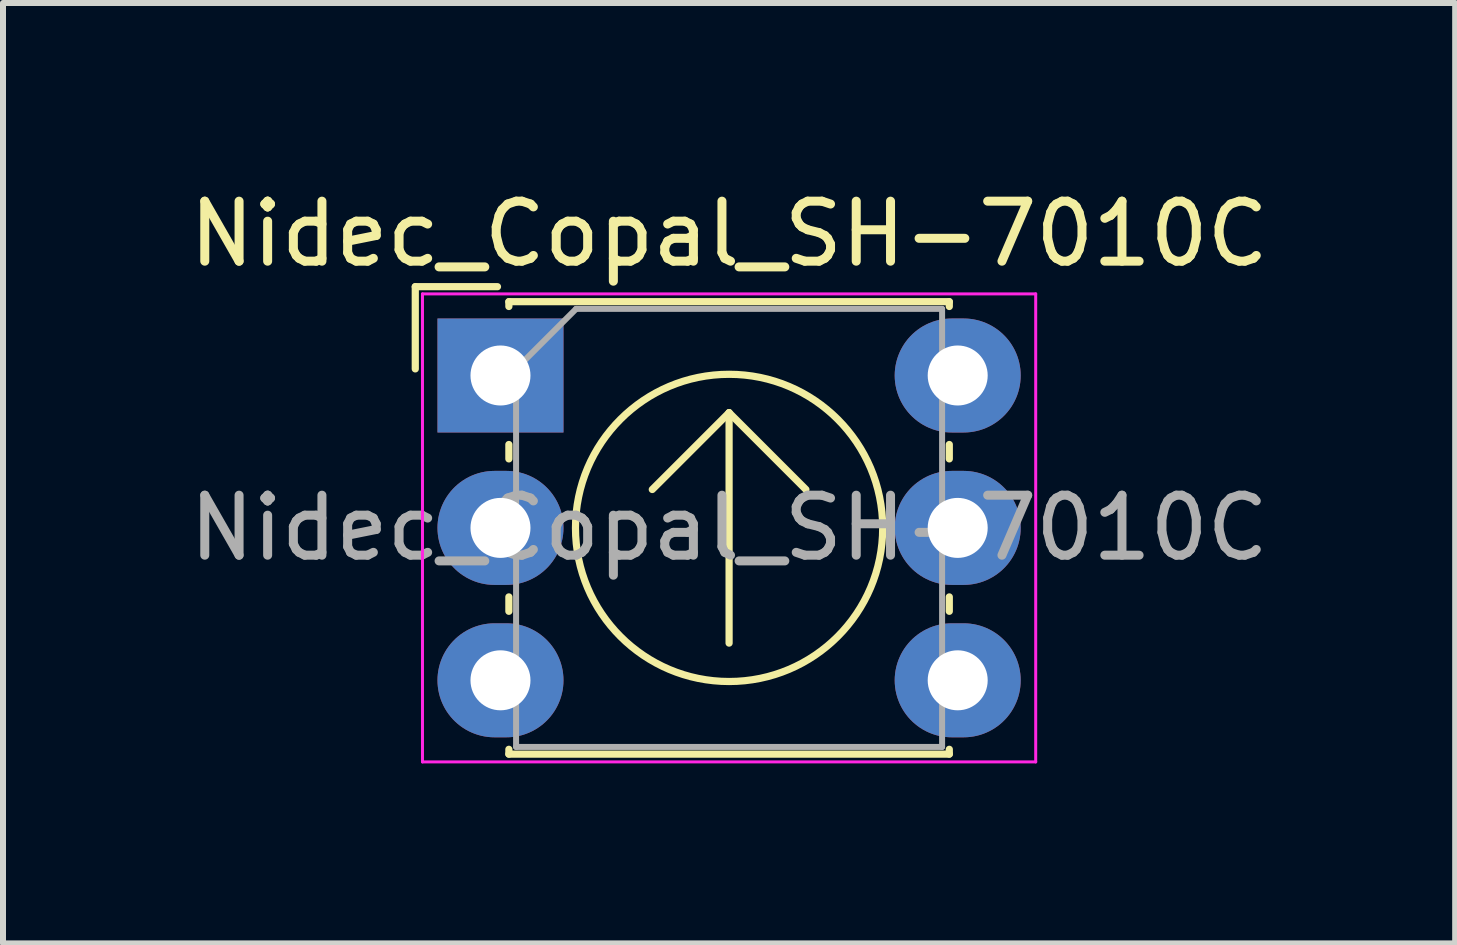
<source format=kicad_pcb>
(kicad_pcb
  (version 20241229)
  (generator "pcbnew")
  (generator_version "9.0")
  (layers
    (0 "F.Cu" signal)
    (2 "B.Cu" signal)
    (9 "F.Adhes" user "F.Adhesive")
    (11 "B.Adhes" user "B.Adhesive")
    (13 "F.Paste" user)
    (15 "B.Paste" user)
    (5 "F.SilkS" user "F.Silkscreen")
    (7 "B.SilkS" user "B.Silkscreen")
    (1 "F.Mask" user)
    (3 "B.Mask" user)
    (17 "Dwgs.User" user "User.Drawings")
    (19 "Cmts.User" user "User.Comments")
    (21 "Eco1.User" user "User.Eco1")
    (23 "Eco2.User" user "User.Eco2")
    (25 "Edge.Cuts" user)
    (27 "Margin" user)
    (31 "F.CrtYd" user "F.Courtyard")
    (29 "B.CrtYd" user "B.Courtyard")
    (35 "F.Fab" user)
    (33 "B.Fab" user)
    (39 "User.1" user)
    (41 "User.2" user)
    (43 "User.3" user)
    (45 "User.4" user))
  (footprint "Nidec_Copal_SH-7010C"
    (layer "F.Cu")
    (at 5.291 3.208)
    (property "Reference" "Nidec_Copal_SH-7010C" (at 3.81 -2.36 0) (layer "F.SilkS") (effects (font (size 1 1) (thickness 0.15))))
    (attr through_hole)
    (fp_line (start -1.42 -1.48) (end -0.05 -1.48) (stroke (width 0.12) (type solid)) (layer "F.SilkS"))
    (fp_line (start -1.42 -0.11) (end -1.42 -1.48) (stroke (width 0.12) (type solid)) (layer "F.SilkS"))
    (fp_line (start 0.14 -1.23) (end 7.48 -1.23) (stroke (width 0.12) (type solid)) (layer "F.SilkS"))
    (fp_line (start 0.14 -1.15) (end 0.14 -1.23) (stroke (width 0.12) (type solid)) (layer "F.SilkS"))
    (fp_line (start 0.14 1.15) (end 0.14 1.39) (stroke (width 0.12) (type solid)) (layer "F.SilkS"))
    (fp_line (start 0.14 3.69) (end 0.14 3.93) (stroke (width 0.12) (type solid)) (layer "F.SilkS"))
    (fp_line (start 0.14 6.23) (end 0.14 6.31) (stroke (width 0.12) (type solid)) (layer "F.SilkS"))
    (fp_line (start 0.14 6.31) (end 7.48 6.31) (stroke (width 0.12) (type solid)) (layer "F.SilkS"))
    (fp_line (start 2.53 1.9) (end 3.81 0.62) (stroke (width 0.12) (type solid)) (layer "F.SilkS"))
    (fp_line (start 3.81 0.62) (end 3.81 4.46) (stroke (width 0.12) (type solid)) (layer "F.SilkS"))
    (fp_line (start 3.81 0.62) (end 5.09 1.9) (stroke (width 0.12) (type solid)) (layer "F.SilkS"))
    (fp_line (start 7.48 -1.23) (end 7.48 -1.15) (stroke (width 0.12) (type solid)) (layer "F.SilkS"))
    (fp_line (start 7.48 1.15) (end 7.48 1.39) (stroke (width 0.12) (type solid)) (layer "F.SilkS"))
    (fp_line (start 7.48 3.69) (end 7.48 3.93) (stroke (width 0.12) (type solid)) (layer "F.SilkS"))
    (fp_line (start 7.48 6.31) (end 7.48 6.23) (stroke (width 0.12) (type solid)) (layer "F.SilkS"))
    (fp_circle (center 3.81 2.54) (end 6.37 2.54) (stroke (width 0.12) (type solid)) (fill no) (layer "F.SilkS"))
    (fp_line (start -1.3 -1.36) (end -1.3 6.44) (stroke (width 0.05) (type solid)) (layer "F.CrtYd"))
    (fp_line (start -1.3 6.44) (end 8.92 6.44) (stroke (width 0.05) (type solid)) (layer "F.CrtYd"))
    (fp_line (start 8.92 -1.36) (end -1.3 -1.36) (stroke (width 0.05) (type solid)) (layer "F.CrtYd"))
    (fp_line (start 8.92 6.44) (end 8.92 -1.36) (stroke (width 0.05) (type solid)) (layer "F.CrtYd"))
    (fp_line (start 0.26 -0.11) (end 1.26 -1.11) (stroke (width 0.1) (type solid)) (layer "F.Fab"))
    (fp_line (start 0.26 6.19) (end 0.26 -0.11) (stroke (width 0.1) (type solid)) (layer "F.Fab"))
    (fp_line (start 1.26 -1.11) (end 7.36 -1.11) (stroke (width 0.1) (type solid)) (layer "F.Fab"))
    (fp_line (start 7.36 -1.11) (end 7.36 6.19) (stroke (width 0.1) (type solid)) (layer "F.Fab"))
    (fp_line (start 7.36 6.19) (end 0.26 6.19) (stroke (width 0.1) (type solid)) (layer "F.Fab"))
    (fp_text user "${REFERENCE}" (at 3.81 2.54 0) (layer "F.Fab") (effects (font (size 1 1) (thickness 0.15))))
    (pad "1" thru_hole rect (at 0 0) (size 2.1 1.9) (drill 1) (layers "*.Cu" "*.Mask"))
    (pad "2" thru_hole oval (at 7.62 5.08) (size 2.1 1.9) (drill 1) (layers "*.Cu" "*.Mask"))
    (pad "4" thru_hole oval (at 0 5.08) (size 2.1 1.9) (drill 1) (layers "*.Cu" "*.Mask"))
    (pad "8" thru_hole oval (at 7.62 0) (size 2.1 1.9) (drill 1) (layers "*.Cu" "*.Mask"))
    (pad "C" thru_hole oval (at 0 2.54) (size 2.1 1.9) (drill 1) (layers "*.Cu" "*.Mask"))
    (pad "C" thru_hole oval (at 7.62 2.54) (size 2.1 1.9) (drill 1) (layers "*.Cu" "*.Mask")))
  (gr_rect
    (start -3 -3)
    (end 21.202 12.673)
    (stroke (width 0.1) (type default))
    (fill no)
    (layer "Edge.Cuts")))
</source>
